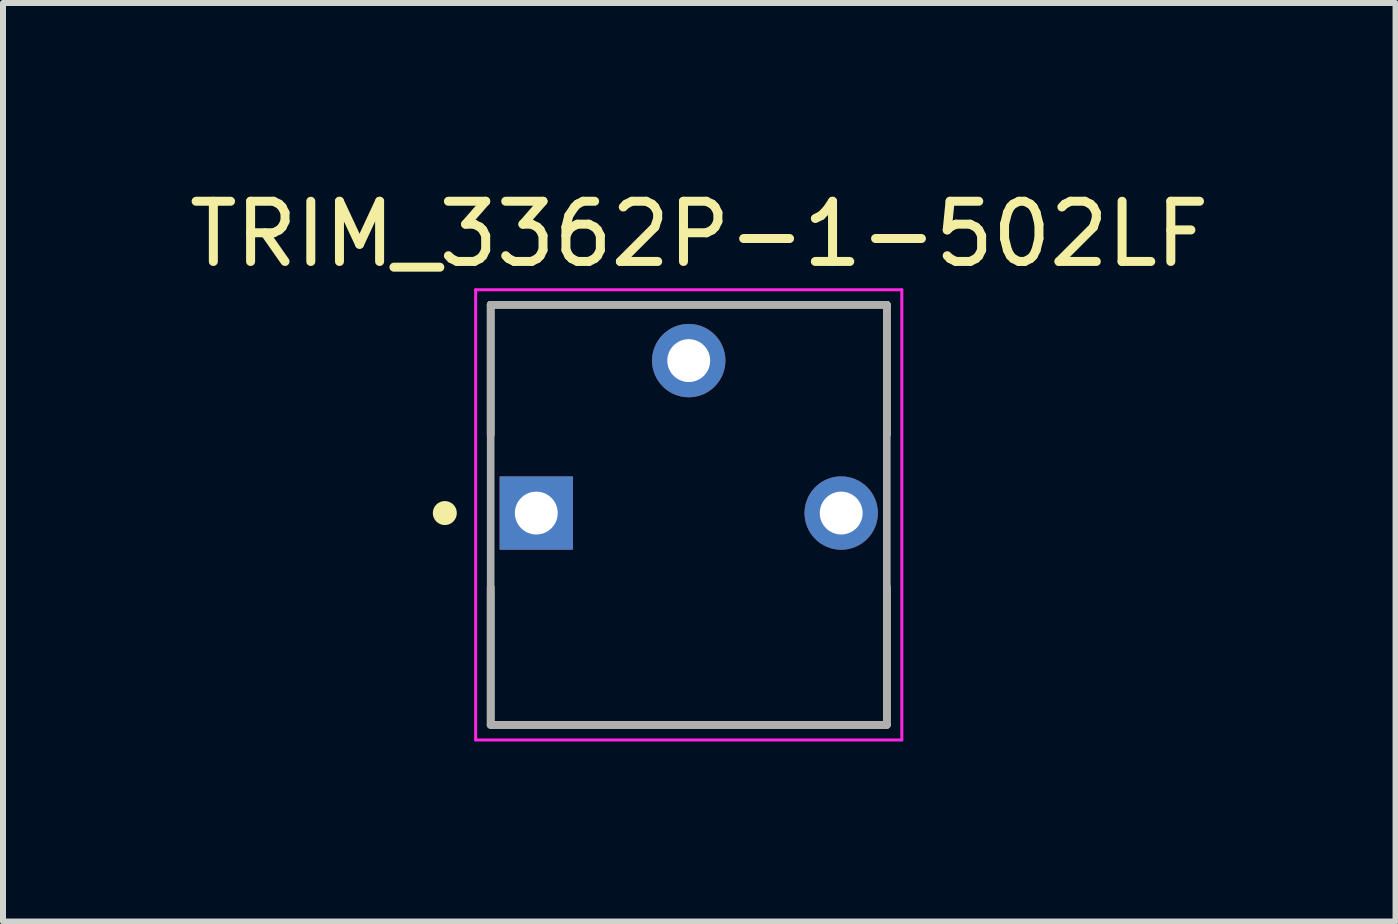
<source format=kicad_pcb>
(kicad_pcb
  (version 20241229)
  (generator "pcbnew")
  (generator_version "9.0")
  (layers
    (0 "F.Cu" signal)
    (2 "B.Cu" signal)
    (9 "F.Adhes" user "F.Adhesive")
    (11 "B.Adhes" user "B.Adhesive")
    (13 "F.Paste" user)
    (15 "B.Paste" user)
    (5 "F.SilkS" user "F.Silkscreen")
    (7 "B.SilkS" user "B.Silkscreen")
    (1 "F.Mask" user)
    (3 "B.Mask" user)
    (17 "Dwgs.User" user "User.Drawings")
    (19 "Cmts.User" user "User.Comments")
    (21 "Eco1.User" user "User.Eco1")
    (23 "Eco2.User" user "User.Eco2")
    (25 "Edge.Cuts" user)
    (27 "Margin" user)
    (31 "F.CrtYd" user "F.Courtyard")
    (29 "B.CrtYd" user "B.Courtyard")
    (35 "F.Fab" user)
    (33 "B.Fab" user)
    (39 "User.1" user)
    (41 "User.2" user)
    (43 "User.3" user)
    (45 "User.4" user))
  (footprint "TRIM_3362P-1-502LF"
    (layer "F.Cu")
    (at 8.425 5.498)
    (property "Reference" "TRIM_3362P-1-502LF" (at 0.175 -4.648 0) (layer "F.SilkS") (effects (font (size 1.003 1.003) (thickness 0.15))))
    (attr through_hole)
    (fp_line (start -3.3 -3.47) (end 3.3 -3.47) (stroke (width 0.127) (type solid)) (layer "F.SilkS"))
    (fp_line (start -3.3 -1.305) (end -3.3 -3.47) (stroke (width 0.127) (type solid)) (layer "F.SilkS"))
    (fp_line (start -3.3 3.52) (end -3.3 1.235) (stroke (width 0.127) (type solid)) (layer "F.SilkS"))
    (fp_line (start 3.3 -3.47) (end 3.3 -1.305) (stroke (width 0.127) (type solid)) (layer "F.SilkS"))
    (fp_line (start 3.3 1.235) (end 3.3 3.52) (stroke (width 0.127) (type solid)) (layer "F.SilkS"))
    (fp_line (start 3.3 3.53) (end -3.3 3.53) (stroke (width 0.127) (type solid)) (layer "F.SilkS"))
    (fp_circle (center -4.064 0) (end -3.964 0) (stroke (width 0.2) (type solid)) (fill no) (layer "F.SilkS"))
    (fp_line (start -3.55 -3.72) (end 3.55 -3.72) (stroke (width 0.05) (type solid)) (layer "F.CrtYd"))
    (fp_line (start -3.55 3.78) (end -3.55 -3.72) (stroke (width 0.05) (type solid)) (layer "F.CrtYd"))
    (fp_line (start 3.55 -3.72) (end 3.55 3.78) (stroke (width 0.05) (type solid)) (layer "F.CrtYd"))
    (fp_line (start 3.55 3.78) (end -3.55 3.78) (stroke (width 0.05) (type solid)) (layer "F.CrtYd"))
    (fp_line (start -3.3 -3.47) (end 3.3 -3.47) (stroke (width 0.127) (type solid)) (layer "F.Fab"))
    (fp_line (start -3.3 3.53) (end -3.3 -3.47) (stroke (width 0.127) (type solid)) (layer "F.Fab"))
    (fp_line (start 3.3 -3.47) (end 3.3 3.53) (stroke (width 0.127) (type solid)) (layer "F.Fab"))
    (fp_line (start 3.3 3.53) (end -3.3 3.53) (stroke (width 0.127) (type solid)) (layer "F.Fab"))
    (pad "1" thru_hole rect (at -2.54 0) (size 1.222 1.222) (drill 0.714) (layers "*.Cu" "*.Mask"))
    (pad "2" thru_hole circle (at 0 -2.54) (size 1.222 1.222) (drill 0.714) (layers "*.Cu" "*.Mask"))
    (pad "3" thru_hole circle (at 2.54 0) (size 1.222 1.222) (drill 0.714) (layers "*.Cu" "*.Mask")))
  (gr_rect
    (start -3 -3)
    (end 20.201 12.303)
    (stroke (width 0.1) (type default))
    (fill no)
    (layer "Edge.Cuts")))
</source>
